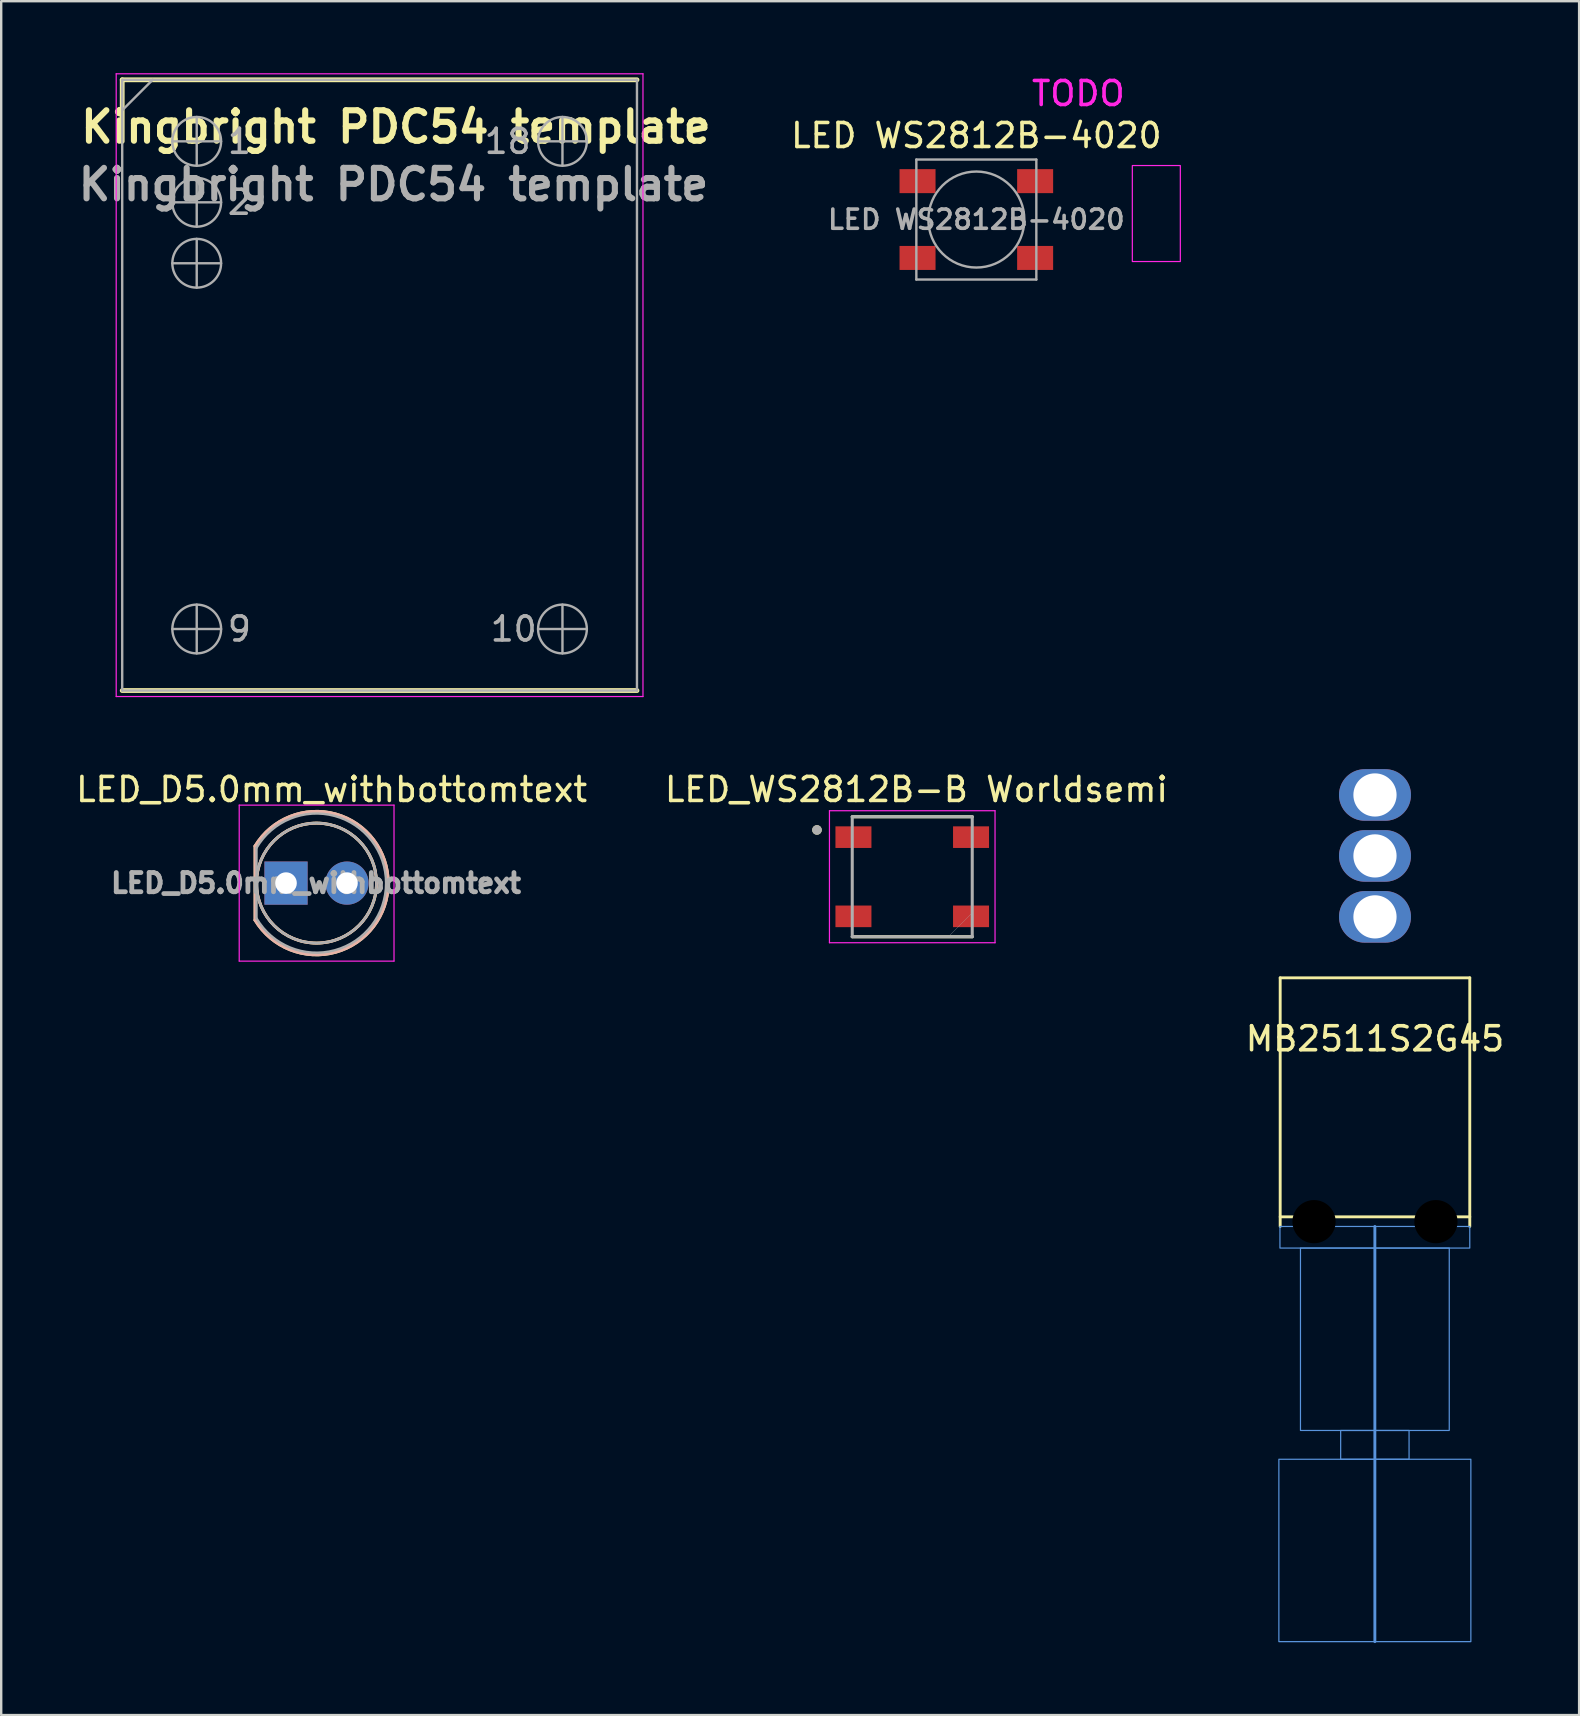
<source format=kicad_pcb>
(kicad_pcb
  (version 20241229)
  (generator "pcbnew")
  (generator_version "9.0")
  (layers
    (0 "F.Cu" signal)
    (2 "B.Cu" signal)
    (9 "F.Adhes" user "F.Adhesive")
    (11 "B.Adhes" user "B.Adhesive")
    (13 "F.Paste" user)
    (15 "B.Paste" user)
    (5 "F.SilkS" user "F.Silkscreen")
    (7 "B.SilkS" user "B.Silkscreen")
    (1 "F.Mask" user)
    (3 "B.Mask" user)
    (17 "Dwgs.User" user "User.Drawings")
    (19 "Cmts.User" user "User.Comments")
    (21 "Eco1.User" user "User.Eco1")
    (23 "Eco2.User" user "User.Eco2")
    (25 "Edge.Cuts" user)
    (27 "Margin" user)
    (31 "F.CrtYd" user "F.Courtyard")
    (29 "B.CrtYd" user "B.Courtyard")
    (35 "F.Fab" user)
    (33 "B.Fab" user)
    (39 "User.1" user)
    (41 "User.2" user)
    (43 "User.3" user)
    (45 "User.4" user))
  (footprint "LED_WS2812B-B Worldsemi"
    (layer "F.Cu")
    (at 34.962 33.483)
    (property "Reference" "LED_WS2812B-B Worldsemi" (at 0.175 -3.635 0) (layer "F.SilkS") (effects (font (size 1 1) (thickness 0.15))))
    (attr through_hole)
    (fp_line (start 2.5 -2.5) (end -2.5 -2.5) (stroke (width 0.127) (type solid)) (layer "F.SilkS"))
    (fp_line (start 2.5 2.5) (end -2.5 2.5) (stroke (width 0.127) (type solid)) (layer "F.SilkS"))
    (fp_circle (center -3.97 -1.95) (end -3.87 -1.95) (stroke (width 0.2) (type solid)) (fill no) (layer "F.SilkS"))
    (fp_line (start -3.45 -2.75) (end 3.45 -2.75) (stroke (width 0.05) (type solid)) (layer "F.CrtYd"))
    (fp_line (start -3.45 2.75) (end -3.45 -2.75) (stroke (width 0.05) (type solid)) (layer "F.CrtYd"))
    (fp_line (start 3.45 -2.75) (end 3.45 2.75) (stroke (width 0.05) (type solid)) (layer "F.CrtYd"))
    (fp_line (start 3.45 2.75) (end -3.45 2.75) (stroke (width 0.05) (type solid)) (layer "F.CrtYd"))
    (fp_line (start -2.5 -2.5) (end 2.5 -2.5) (stroke (width 0.127) (type solid)) (layer "F.Fab"))
    (fp_line (start -2.5 2.5) (end -2.5 -2.5) (stroke (width 0.127) (type solid)) (layer "F.Fab"))
    (fp_line (start 2.5 -2.5) (end 2.5 2.5) (stroke (width 0.127) (type solid)) (layer "F.Fab"))
    (fp_line (start 2.5 2.5) (end -2.5 2.5) (stroke (width 0.127) (type solid)) (layer "F.Fab"))
    (fp_circle (center -3.97 -1.95) (end -3.87 -1.95) (stroke (width 0.2) (type solid)) (fill no) (layer "F.Fab"))
    (fp_poly (pts (xy 2.5 2.5) (xy 1.5 2.5) (xy 2.5 1.5)) (stroke (width 0.01) (type solid)) (fill no) (layer "F.Fab"))
    (pad "1" smd rect (at -2.45 -1.65) (size 1.5 0.9) (layers "F.Cu" "F.Mask" "F.Paste"))
    (pad "2" smd rect (at -2.45 1.65) (size 1.5 0.9) (layers "F.Cu" "F.Mask" "F.Paste"))
    (pad "3" smd rect (at 2.45 1.65 180) (size 1.5 0.9) (layers "F.Cu" "F.Mask" "F.Paste"))
    (pad "4" smd rect (at 2.45 -1.65 180) (size 1.5 0.9) (layers "F.Cu" "F.Mask" "F.Paste")))
  (footprint "LED_D5.0mm_withbottomtext"
    (layer "F.Cu")
    (at 8.868 33.748)
    (property "Reference" "LED_D5.0mm_withbottomtext" (at 1.9 -3.9 0) (layer "F.SilkS") (effects (font (size 1 1) (thickness 0.15))))
    (attr through_hole)
    (fp_line (start -1.29 -1.545) (end -1.29 1.545) (stroke (width 0.12) (type solid)) (layer "F.SilkS"))
    (fp_arc (start -1.29 -1.54483) (mid 2.072002 -2.880433) (end 4.26 0.000462) (stroke (width 0.12) (type solid)) (layer "F.SilkS"))
    (fp_arc (start 4.26 -0.000462) (mid 2.072002 2.880433) (end -1.29 1.54483) (stroke (width 0.12) (type solid)) (layer "F.SilkS"))
    (fp_circle (center 1.27 0) (end 3.77 0) (stroke (width 0.12) (type solid)) (fill no) (layer "F.SilkS"))
    (fp_line (start -1.29 -1.545) (end -1.29 1.545) (stroke (width 0.12) (type solid)) (layer "B.SilkS"))
    (fp_arc (start -1.29 -1.54483) (mid 2.072002 -2.880433) (end 4.26 0.000462) (stroke (width 0.12) (type solid)) (layer "B.SilkS"))
    (fp_arc (start 4.26 -0.000462) (mid 2.072002 2.880433) (end -1.29 1.54483) (stroke (width 0.12) (type solid)) (layer "B.SilkS"))
    (fp_circle (center 1.27 0) (end 3.77 0) (stroke (width 0.12) (type solid)) (fill no) (layer "B.SilkS"))
    (fp_line (start -1.95 -3.25) (end -1.95 3.25) (stroke (width 0.05) (type solid)) (layer "F.CrtYd"))
    (fp_line (start -1.95 3.25) (end 4.5 3.25) (stroke (width 0.05) (type solid)) (layer "F.CrtYd"))
    (fp_line (start 4.5 -3.25) (end -1.95 -3.25) (stroke (width 0.05) (type solid)) (layer "F.CrtYd"))
    (fp_line (start 4.5 3.25) (end 4.5 -3.25) (stroke (width 0.05) (type solid)) (layer "F.CrtYd"))
    (fp_line (start -1.23 -1.47) (end -1.23 1.47) (stroke (width 0.1) (type solid)) (layer "F.Fab"))
    (fp_arc (start -1.23 -1.469694) (mid 4.17 0.000016) (end -1.230016 1.469666) (stroke (width 0.1) (type solid)) (layer "F.Fab"))
    (fp_circle (center 1.27 0) (end 3.77 0) (stroke (width 0.1) (type solid)) (fill no) (layer "F.Fab"))
    (fp_text user "${REFERENCE}" (at 1.25 0 0) (layer "F.Fab") (effects (font (size 0.8 0.8) (thickness 0.2))))
    (pad "1" thru_hole rect (at 0 0) (size 1.8 1.8) (drill 0.9) (layers "*.Cu" "*.Mask"))
    (pad "2" thru_hole circle (at 2.54 0) (size 1.8 1.8) (drill 0.9) (layers "*.Cu" "*.Mask")))
  (footprint "MB2511S2G45"
    (layer "F.Cu")
    (at 54.244 35.155)
    (property "Reference" "MB2511S2G45" (at 0 5.08 0) (layer "F.SilkS") (effects (font (size 1 1) (thickness 0.15))))
    (attr through_hole)
    (fp_line (start -3.95 2.54) (end -3.95 12.9) (stroke (width 0.12) (type solid)) (layer "F.SilkS"))
    (fp_line (start -3.95 2.54) (end 3.95 2.54) (stroke (width 0.12) (type solid)) (layer "F.SilkS"))
    (fp_line (start 3.95 2.54) (end 3.95 12.9) (stroke (width 0.12) (type solid)) (layer "F.SilkS"))
    (fp_line (start 3.95 12.5) (end -3.95 12.5) (stroke (width 0.12) (type solid)) (layer "F.SilkS"))
    (fp_line (start -0.005 12.9) (end -0.005 30.2) (stroke (width 0.12) (type solid)) (layer "Cmts.User"))
    (fp_rect (start -4.005 22.6) (end 3.995 30.2) (stroke (width 0.05) (type solid)) (fill no) (layer "Cmts.User"))
    (fp_rect (start -3.96 12.9) (end 3.95 13.8) (stroke (width 0.05) (type solid)) (fill no) (layer "Cmts.User"))
    (fp_rect (start -3.105 13.8) (end 3.095 21.4) (stroke (width 0.05) (type solid)) (fill no) (layer "Cmts.User"))
    (fp_rect (start -1.43 21.4) (end 1.42 22.6) (stroke (width 0.05) (type solid)) (fill no) (layer "Cmts.User"))
    (pad "" np_thru_hole circle (at -2.54 12.7) (size 1.8 1.8) (drill 1.8) (layers "*.Mask"))
    (pad "" np_thru_hole circle (at 2.54 12.7) (size 1.8 1.8) (drill 1.8) (layers "*.Mask"))
    (pad "1" thru_hole oval (at 0 -5.08) (size 3 2.15) (drill 1.8) (layers "*.Cu" "*.Mask"))
    (pad "2" thru_hole oval (at 0 -2.54) (size 3 2.15) (drill 1.8) (layers "*.Cu" "*.Mask"))
    (pad "3" thru_hole oval (at 0 0) (size 3 2.15) (drill 1.8) (layers "*.Cu" "*.Mask")))
  (footprint "Kingbright PDC54 template"
    (layer "F.Cu")
    (at 5.147 2.84)
    (property "Reference" "Kingbright PDC54 template" (at 8.3 -0.6 0) (layer "F.SilkS") (effects (font (size 1.27 1.27) (thickness 0.254))))
    (attr through_hole exclude_from_pos_files exclude_from_bom)
    (fp_line (start -3.105 -2.565) (end -3.105 0) (stroke (width 0.2) (type solid)) (layer "F.SilkS"))
    (fp_line (start -3.105 22.885) (end 18.345 22.885) (stroke (width 0.2) (type solid)) (layer "F.SilkS"))
    (fp_line (start 18.345 -2.565) (end -3.105 -2.565) (stroke (width 0.2) (type solid)) (layer "F.SilkS"))
    (fp_line (start -3.355 -2.815) (end 18.595 -2.815) (stroke (width 0.05) (type solid)) (layer "F.CrtYd"))
    (fp_line (start -3.355 23.135) (end -3.355 -2.815) (stroke (width 0.05) (type solid)) (layer "F.CrtYd"))
    (fp_line (start 18.595 -2.815) (end 18.595 23.135) (stroke (width 0.05) (type solid)) (layer "F.CrtYd"))
    (fp_line (start 18.595 23.135) (end -3.355 23.135) (stroke (width 0.05) (type solid)) (layer "F.CrtYd"))
    (fp_line (start -3.105 -2.565) (end 18.345 -2.565) (stroke (width 0.1) (type solid)) (layer "F.Fab"))
    (fp_line (start -3.105 -1.295) (end -1.835 -2.565) (stroke (width 0.1) (type solid)) (layer "F.Fab"))
    (fp_line (start -3.105 22.885) (end -3.105 -2.565) (stroke (width 0.1) (type solid)) (layer "F.Fab"))
    (fp_line (start 0 -1.016) (end 0 1.016) (stroke (width 0.1) (type solid)) (layer "F.Fab"))
    (fp_line (start 0 1.524) (end 0 3.556) (stroke (width 0.1) (type solid)) (layer "F.Fab"))
    (fp_line (start 0 4.064) (end 0 6.096) (stroke (width 0.1) (type solid)) (layer "F.Fab"))
    (fp_line (start 0 19.304) (end 0 21.336) (stroke (width 0.1) (type solid)) (layer "F.Fab"))
    (fp_line (start 1.016 0) (end -1.016 0) (stroke (width 0.1) (type solid)) (layer "F.Fab"))
    (fp_line (start 1.016 2.54) (end -1.016 2.54) (stroke (width 0.1) (type solid)) (layer "F.Fab"))
    (fp_line (start 1.016 5.08) (end -1.016 5.08) (stroke (width 0.1) (type solid)) (layer "F.Fab"))
    (fp_line (start 1.016 20.32) (end -1.016 20.32) (stroke (width 0.1) (type solid)) (layer "F.Fab"))
    (fp_line (start 15.24 -1.016) (end 15.24 1.016) (stroke (width 0.1) (type solid)) (layer "F.Fab"))
    (fp_line (start 15.24 19.304) (end 15.24 21.336) (stroke (width 0.1) (type solid)) (layer "F.Fab"))
    (fp_line (start 16.256 0) (end 14.224 0) (stroke (width 0.1) (type solid)) (layer "F.Fab"))
    (fp_line (start 16.256 20.32) (end 14.224 20.32) (stroke (width 0.1) (type solid)) (layer "F.Fab"))
    (fp_line (start 18.345 -2.565) (end 18.345 22.885) (stroke (width 0.1) (type solid)) (layer "F.Fab"))
    (fp_line (start 18.345 22.885) (end -3.105 22.885) (stroke (width 0.1) (type solid)) (layer "F.Fab"))
    (fp_circle (center 0 0) (end 1.016 0) (stroke (width 0.1) (type solid)) (fill no) (layer "F.Fab"))
    (fp_circle (center 0 2.54) (end 1.016 2.54) (stroke (width 0.1) (type solid)) (fill no) (layer "F.Fab"))
    (fp_circle (center 0 5.08) (end 1.016 5.08) (stroke (width 0.1) (type solid)) (fill no) (layer "F.Fab"))
    (fp_circle (center 0 20.32) (end 1.016 20.32) (stroke (width 0.1) (type solid)) (fill no) (layer "F.Fab"))
    (fp_circle (center 15.24 0) (end 16.256 0) (stroke (width 0.1) (type solid)) (fill no) (layer "F.Fab"))
    (fp_circle (center 15.24 20.32) (end 16.256 20.32) (stroke (width 0.1) (type solid)) (fill no) (layer "F.Fab"))
    (fp_text user "1" (at 1.778 0 0) (unlocked yes) (layer "F.Fab") (effects (font (size 1 1) (thickness 0.15))))
    (fp_text user "18" (at 12.954 0 0) (unlocked yes) (layer "F.Fab") (effects (font (size 1 1) (thickness 0.15))))
    (fp_text user "2" (at 1.778 2.54 0) (unlocked yes) (layer "F.Fab") (effects (font (size 1 1) (thickness 0.15))))
    (fp_text user "9" (at 1.778 20.32 0) (unlocked yes) (layer "F.Fab") (effects (font (size 1 1) (thickness 0.15))))
    (fp_text user "${REFERENCE}" (at 8.2 1.8 0) (layer "F.Fab") (effects (font (size 1.27 1.27) (thickness 0.254))))
    (fp_text user "10" (at 13.208 20.32 0) (unlocked yes) (layer "F.Fab") (effects (font (size 1 1) (thickness 0.15)))))
  (footprint "LED WS2812B-4020"
    (layer "F.Cu")
    (at 37.633 6.098)
    (property "Reference" "LED WS2812B-4020" (at 0 -3.5 0) (layer "F.SilkS") (effects (font (size 1 1) (thickness 0.15))))
    (attr smd)
    (fp_rect (start 6.5 -2.25) (end 8.5 1.75) (stroke (width 0.05) (type solid)) (fill no) (layer "F.CrtYd"))
    (fp_line (start -2.5 -2.5) (end -2.5 2.5) (stroke (width 0.1) (type solid)) (layer "F.Fab"))
    (fp_line (start -2.5 2.5) (end 2.5 2.5) (stroke (width 0.1) (type solid)) (layer "F.Fab"))
    (fp_line (start 2.5 -2.5) (end -2.5 -2.5) (stroke (width 0.1) (type solid)) (layer "F.Fab"))
    (fp_line (start 2.5 2.5) (end 2.5 -2.5) (stroke (width 0.1) (type solid)) (layer "F.Fab"))
    (fp_circle (center 0 0) (end 0 -2) (stroke (width 0.1) (type solid)) (fill no) (layer "F.Fab"))
    (fp_text user "TODO" (at 4.25 -5.25 0) (unlocked yes) (layer "F.CrtYd") (effects (font (size 1 1) (thickness 0.15))))
    (fp_text user "${REFERENCE}" (at 0 0 0) (layer "F.Fab") (effects (font (size 0.8 0.8) (thickness 0.15))))
    (pad "1" smd rect (at -2.45 -1.6) (size 1.5 1) (layers "F.Cu" "F.Mask" "F.Paste"))
    (pad "2" smd rect (at -2.45 1.6) (size 1.5 1) (layers "F.Cu" "F.Mask" "F.Paste"))
    (pad "3" smd rect (at 2.45 1.6) (size 1.5 1) (layers "F.Cu" "F.Mask" "F.Paste"))
    (pad "4" smd rect (at 2.45 -1.6) (size 1.5 1) (layers "F.Cu" "F.Mask" "F.Paste")))
  (gr_rect
    (start -3 -3)
    (end 62.75 68.415)
    (stroke (width 0.1) (type default))
    (fill no)
    (layer "Edge.Cuts")))
</source>
